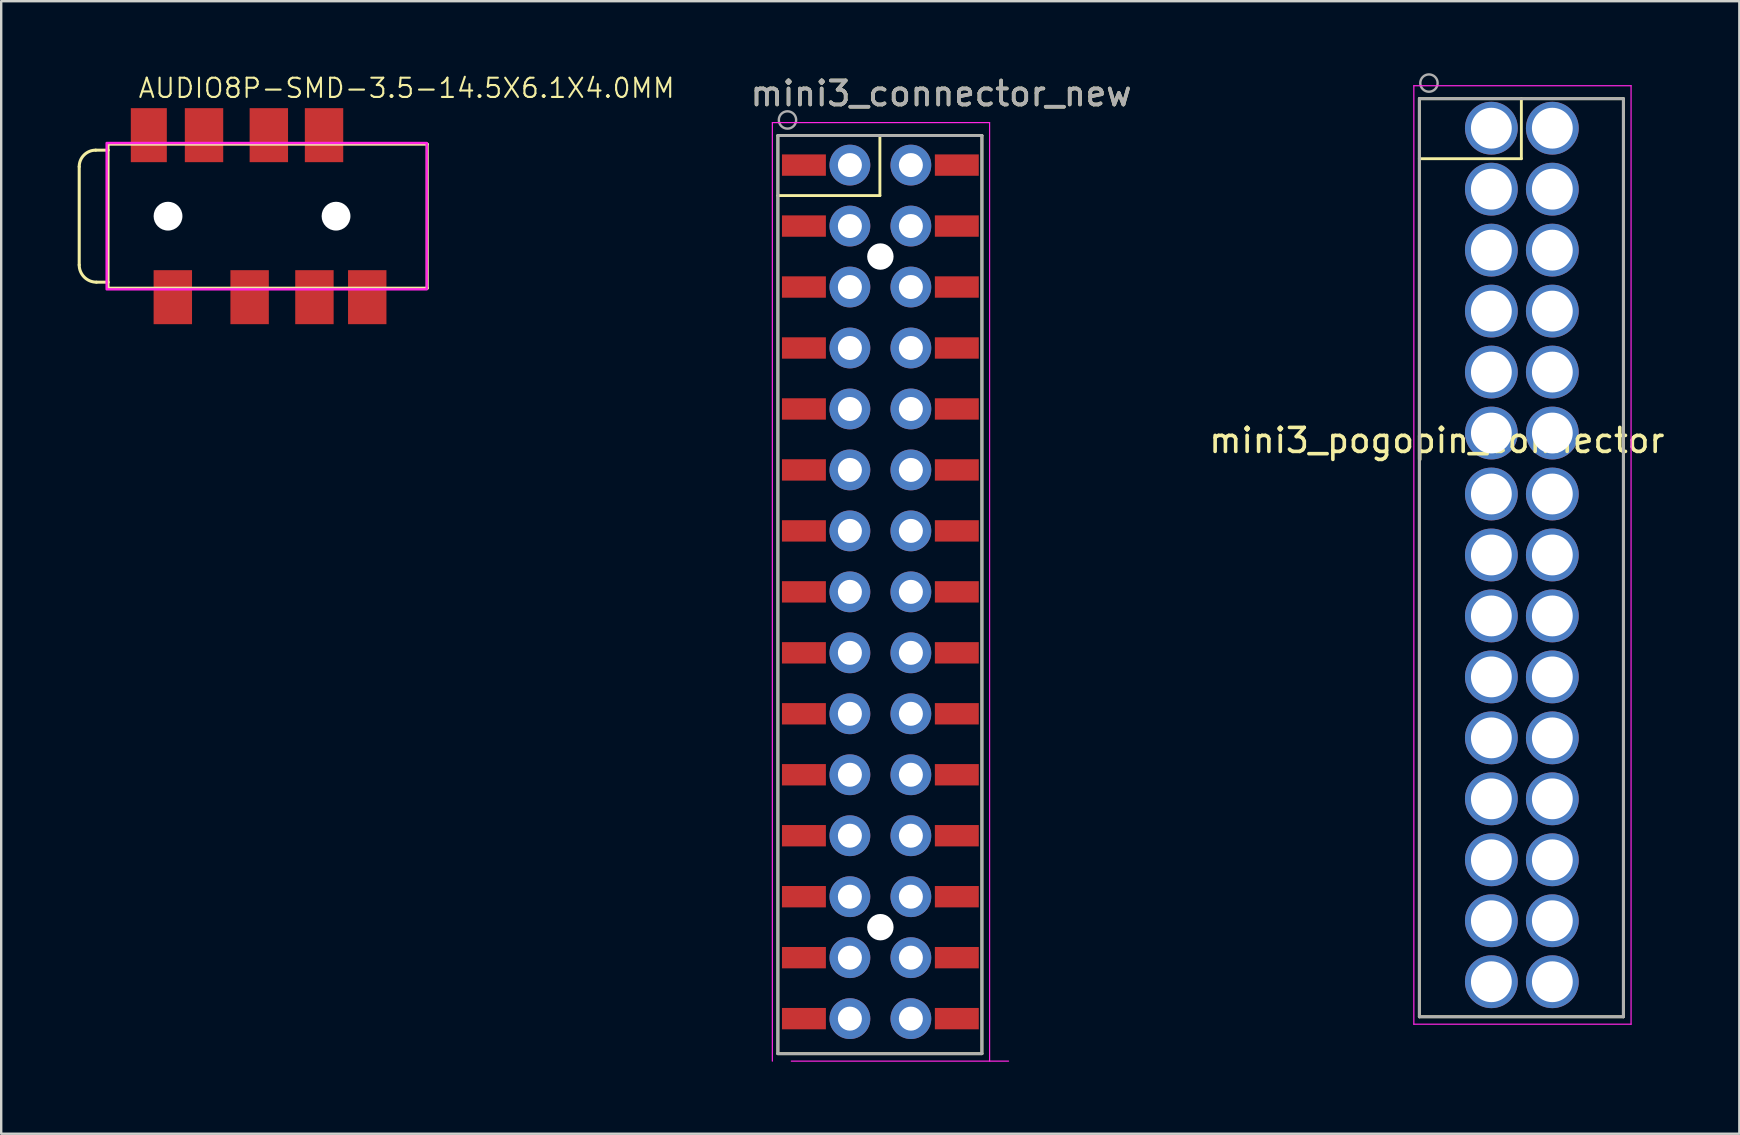
<source format=kicad_pcb>
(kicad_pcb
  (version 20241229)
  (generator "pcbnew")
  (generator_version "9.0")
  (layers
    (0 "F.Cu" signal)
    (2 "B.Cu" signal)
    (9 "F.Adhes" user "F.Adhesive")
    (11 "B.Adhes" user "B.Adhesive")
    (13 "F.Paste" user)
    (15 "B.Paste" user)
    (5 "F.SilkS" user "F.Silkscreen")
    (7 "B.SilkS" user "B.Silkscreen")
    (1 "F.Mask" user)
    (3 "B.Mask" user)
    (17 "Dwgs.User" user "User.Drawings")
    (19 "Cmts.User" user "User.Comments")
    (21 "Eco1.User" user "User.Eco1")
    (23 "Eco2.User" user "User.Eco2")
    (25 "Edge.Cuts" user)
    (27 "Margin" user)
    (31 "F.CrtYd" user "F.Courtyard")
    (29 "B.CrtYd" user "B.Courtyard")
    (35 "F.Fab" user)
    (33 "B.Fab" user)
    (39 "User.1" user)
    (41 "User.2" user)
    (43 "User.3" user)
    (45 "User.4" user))
  (footprint "mini3_connector_new"
    (layer "F.Cu")
    (at 33.888 19.838)
    (property "Reference" "mini3_connector_new" (at 2.27 -18.99 0) (unlocked yes) (layer "F.SilkS") (effects (font (size 1 1) (thickness 0.15))))
    (attr smd)
    (fp_line (start -4.53 21.01) (end -4.53 -17.24) (stroke (width 0.12) (type solid)) (layer "F.SilkS"))
    (fp_line (start -0.28 -17.24) (end -0.28 -14.74) (stroke (width 0.12) (type solid)) (layer "F.SilkS"))
    (fp_line (start -0.28 -14.74) (end -4.53 -14.74) (stroke (width 0.12) (type solid)) (layer "F.SilkS"))
    (fp_line (start 3.97 -17.24) (end -4.53 -17.24) (stroke (width 0.12) (type solid)) (layer "F.SilkS"))
    (fp_line (start 3.97 -17.24) (end 3.97 21.01) (stroke (width 0.12) (type solid)) (layer "F.SilkS"))
    (fp_line (start 3.97 21.01) (end -4.53 21.01) (stroke (width 0.12) (type solid)) (layer "F.SilkS"))
    (fp_line (start -4.76 -17.78) (end -4.76 21.32) (stroke (width 0.05) (type solid)) (layer "F.CrtYd"))
    (fp_line (start 4.29 -17.78) (end -4.76 -17.78) (stroke (width 0.05) (type solid)) (layer "F.CrtYd"))
    (fp_line (start 4.29 21.32) (end 4.29 -17.78) (stroke (width 0.05) (type solid)) (layer "F.CrtYd"))
    (fp_line (start 5.08 21.32) (end -3.97 21.32) (stroke (width 0.05) (type solid)) (layer "F.CrtYd"))
    (fp_line (start -4.53 21.01) (end -4.53 -17.24) (stroke (width 0.12) (type solid)) (layer "F.Fab"))
    (fp_line (start 3.97 -17.24) (end -4.53 -17.24) (stroke (width 0.12) (type solid)) (layer "F.Fab"))
    (fp_line (start 3.97 -17.24) (end 3.97 21.01) (stroke (width 0.12) (type solid)) (layer "F.Fab"))
    (fp_line (start 3.97 21.01) (end -4.53 21.01) (stroke (width 0.12) (type solid)) (layer "F.Fab"))
    (fp_circle (center -4.13 -17.89) (end -4.491 -17.89) (stroke (width 0.1) (type solid)) (fill no) (layer "F.Fab"))
    (fp_text user "${REFERENCE}" (at 2.27 -18.99 0) (unlocked yes) (layer "F.Fab") (effects (font (size 1 1) (thickness 0.15))))
    (pad "" np_thru_hole circle (at -0.26 -12.2) (size 1.1 1.1) (drill 1.1) (layers "*.Cu" "*.Mask"))
    (pad "" np_thru_hole circle (at -0.26 15.74) (size 1.1 1.1) (drill 1.1) (layers "*.Cu" "*.Mask"))
    (pad "1" smd rect (at -3.445 -16.01) (size 1.83 0.89) (layers "F.Cu" "F.Mask" "F.Paste"))
    (pad "1" thru_hole circle (at -1.53 -16.01) (size 1.7 1.7) (drill 1) (layers "*.Cu" "*.Mask"))
    (pad "2" thru_hole oval (at 1.01 -16.01) (size 1.7 1.7) (drill 1) (layers "*.Cu" "*.Mask"))
    (pad "2" smd rect (at 2.925 -16.01) (size 1.83 0.89) (layers "F.Cu" "F.Mask" "F.Paste"))
    (pad "3" smd rect (at -3.445 -13.47) (size 1.83 0.89) (layers "F.Cu" "F.Mask" "F.Paste"))
    (pad "3" thru_hole oval (at -1.53 -13.47) (size 1.7 1.7) (drill 1) (layers "*.Cu" "*.Mask"))
    (pad "4" thru_hole oval (at 1.01 -13.47) (size 1.7 1.7) (drill 1) (layers "*.Cu" "*.Mask"))
    (pad "4" smd rect (at 2.925 -13.47) (size 1.83 0.89) (layers "F.Cu" "F.Mask" "F.Paste"))
    (pad "5" smd rect (at -3.445 -10.93) (size 1.83 0.89) (layers "F.Cu" "F.Mask" "F.Paste"))
    (pad "5" thru_hole oval (at -1.53 -10.93) (size 1.7 1.7) (drill 1) (layers "*.Cu" "*.Mask"))
    (pad "6" thru_hole oval (at 1.01 -10.93) (size 1.7 1.7) (drill 1) (layers "*.Cu" "*.Mask"))
    (pad "6" smd rect (at 2.925 -10.93) (size 1.83 0.89) (layers "F.Cu" "F.Mask" "F.Paste"))
    (pad "7" smd rect (at -3.445 -8.39) (size 1.83 0.89) (layers "F.Cu" "F.Mask" "F.Paste"))
    (pad "7" thru_hole oval (at -1.53 -8.39) (size 1.7 1.7) (drill 1) (layers "*.Cu" "*.Mask"))
    (pad "8" thru_hole oval (at 1.01 -8.39) (size 1.7 1.7) (drill 1) (layers "*.Cu" "*.Mask"))
    (pad "8" smd rect (at 2.925 -8.39) (size 1.83 0.89) (layers "F.Cu" "F.Mask" "F.Paste"))
    (pad "9" smd rect (at -3.445 -5.85) (size 1.83 0.89) (layers "F.Cu" "F.Mask" "F.Paste"))
    (pad "9" thru_hole oval (at -1.53 -5.85) (size 1.7 1.7) (drill 1) (layers "*.Cu" "*.Mask"))
    (pad "10" thru_hole oval (at 1.01 -5.85) (size 1.7 1.7) (drill 1) (layers "*.Cu" "*.Mask"))
    (pad "10" smd rect (at 2.925 -5.85) (size 1.83 0.89) (layers "F.Cu" "F.Mask" "F.Paste"))
    (pad "11" smd rect (at -3.445 -3.31) (size 1.83 0.89) (layers "F.Cu" "F.Mask" "F.Paste"))
    (pad "11" thru_hole oval (at -1.53 -3.31) (size 1.7 1.7) (drill 1) (layers "*.Cu" "*.Mask"))
    (pad "12" thru_hole oval (at 1.01 -3.31) (size 1.7 1.7) (drill 1) (layers "*.Cu" "*.Mask"))
    (pad "12" smd rect (at 2.925 -3.31) (size 1.83 0.89) (layers "F.Cu" "F.Mask" "F.Paste"))
    (pad "13" smd rect (at -3.445 -0.77) (size 1.83 0.89) (layers "F.Cu" "F.Mask" "F.Paste"))
    (pad "13" thru_hole oval (at -1.53 -0.77) (size 1.7 1.7) (drill 1) (layers "*.Cu" "*.Mask"))
    (pad "14" thru_hole oval (at 1.01 -0.77) (size 1.7 1.7) (drill 1) (layers "*.Cu" "*.Mask"))
    (pad "14" smd rect (at 2.925 -0.77) (size 1.83 0.89) (layers "F.Cu" "F.Mask" "F.Paste"))
    (pad "15" smd rect (at -3.445 1.77) (size 1.83 0.89) (layers "F.Cu" "F.Mask" "F.Paste"))
    (pad "15" thru_hole oval (at -1.53 1.77) (size 1.7 1.7) (drill 1) (layers "*.Cu" "*.Mask"))
    (pad "16" thru_hole oval (at 1.01 1.77) (size 1.7 1.7) (drill 1) (layers "*.Cu" "*.Mask"))
    (pad "16" smd rect (at 2.925 1.77) (size 1.83 0.89) (layers "F.Cu" "F.Mask" "F.Paste"))
    (pad "17" smd rect (at -3.445 4.31) (size 1.83 0.89) (layers "F.Cu" "F.Mask" "F.Paste"))
    (pad "17" thru_hole oval (at -1.53 4.31) (size 1.7 1.7) (drill 1) (layers "*.Cu" "*.Mask"))
    (pad "18" thru_hole oval (at 1.01 4.31) (size 1.7 1.7) (drill 1) (layers "*.Cu" "*.Mask"))
    (pad "18" smd rect (at 2.925 4.31) (size 1.83 0.89) (layers "F.Cu" "F.Mask" "F.Paste"))
    (pad "19" smd rect (at -3.445 6.85) (size 1.83 0.89) (layers "F.Cu" "F.Mask" "F.Paste"))
    (pad "19" thru_hole oval (at -1.53 6.85) (size 1.7 1.7) (drill 1) (layers "*.Cu" "*.Mask"))
    (pad "20" thru_hole oval (at 1.01 6.85) (size 1.7 1.7) (drill 1) (layers "*.Cu" "*.Mask"))
    (pad "20" smd rect (at 2.925 6.85) (size 1.83 0.89) (layers "F.Cu" "F.Mask" "F.Paste"))
    (pad "21" smd rect (at -3.445 9.39) (size 1.83 0.89) (layers "F.Cu" "F.Mask" "F.Paste"))
    (pad "21" thru_hole oval (at -1.53 9.39) (size 1.7 1.7) (drill 1) (layers "*.Cu" "*.Mask"))
    (pad "22" thru_hole oval (at 1.01 9.39) (size 1.7 1.7) (drill 1) (layers "*.Cu" "*.Mask"))
    (pad "22" smd rect (at 2.925 9.39) (size 1.83 0.89) (layers "F.Cu" "F.Mask" "F.Paste"))
    (pad "23" smd rect (at -3.445 11.93) (size 1.83 0.89) (layers "F.Cu" "F.Mask" "F.Paste"))
    (pad "23" thru_hole oval (at -1.53 11.93) (size 1.7 1.7) (drill 1) (layers "*.Cu" "*.Mask"))
    (pad "24" thru_hole oval (at 1.01 11.93) (size 1.7 1.7) (drill 1) (layers "*.Cu" "*.Mask"))
    (pad "24" smd rect (at 2.925 11.93) (size 1.83 0.89) (layers "F.Cu" "F.Mask" "F.Paste"))
    (pad "25" smd rect (at -3.445 14.47) (size 1.83 0.89) (layers "F.Cu" "F.Mask" "F.Paste"))
    (pad "25" thru_hole oval (at -1.53 14.47) (size 1.7 1.7) (drill 1) (layers "*.Cu" "*.Mask"))
    (pad "26" thru_hole oval (at 1.01 14.47) (size 1.7 1.7) (drill 1) (layers "*.Cu" "*.Mask"))
    (pad "26" smd rect (at 2.925 14.47) (size 1.83 0.89) (layers "F.Cu" "F.Mask" "F.Paste"))
    (pad "27" smd rect (at -3.445 17.01) (size 1.83 0.89) (layers "F.Cu" "F.Mask" "F.Paste"))
    (pad "27" thru_hole oval (at -1.53 17.01) (size 1.7 1.7) (drill 1) (layers "*.Cu" "*.Mask"))
    (pad "28" thru_hole oval (at 1.01 17.01) (size 1.7 1.7) (drill 1) (layers "*.Cu" "*.Mask"))
    (pad "28" smd rect (at 2.925 17.01) (size 1.83 0.89) (layers "F.Cu" "F.Mask" "F.Paste"))
    (pad "29" smd rect (at -3.445 19.55) (size 1.83 0.89) (layers "F.Cu" "F.Mask" "F.Paste"))
    (pad "29" thru_hole oval (at -1.53 19.55) (size 1.7 1.7) (drill 1) (layers "*.Cu" "*.Mask"))
    (pad "30" thru_hole oval (at 1.01 19.55) (size 1.7 1.7) (drill 1) (layers "*.Cu" "*.Mask"))
    (pad "30" smd rect (at 2.925 19.55) (size 1.83 0.89) (layers "F.Cu" "F.Mask" "F.Paste")))
  (footprint "mini3_pogopin_connector"
    (layer "F.Cu")
    (at 60.613 18.301)
    (property "Reference" "mini3_pogopin_connector" (at -3.8 -3 0) (unlocked yes) (layer "F.SilkS") (effects (font (size 1 1) (thickness 0.15))))
    (attr through_hole)
    (fp_line (start -4.53 -17.24) (end -4.53 21.01) (stroke (width 0.12) (type solid)) (layer "F.SilkS"))
    (fp_line (start -4.53 -17.24) (end 3.97 -17.24) (stroke (width 0.12) (type solid)) (layer "F.SilkS"))
    (fp_line (start -4.53 -14.74) (end -0.28 -14.74) (stroke (width 0.12) (type solid)) (layer "F.SilkS"))
    (fp_line (start -4.53 21.01) (end 3.97 21.01) (stroke (width 0.12) (type solid)) (layer "F.SilkS"))
    (fp_line (start -0.28 -14.74) (end -0.28 -17.24) (stroke (width 0.12) (type solid)) (layer "F.SilkS"))
    (fp_line (start 3.97 21.01) (end 3.97 -17.24) (stroke (width 0.12) (type solid)) (layer "F.SilkS"))
    (fp_line (start -4.76 -17.78) (end 4.29 -17.78) (stroke (width 0.05) (type solid)) (layer "F.CrtYd"))
    (fp_line (start -4.76 21.32) (end -4.76 -17.78) (stroke (width 0.05) (type solid)) (layer "F.CrtYd"))
    (fp_line (start -4.76 21.32) (end 4.29 21.32) (stroke (width 0.05) (type solid)) (layer "F.CrtYd"))
    (fp_line (start 4.29 -17.78) (end 4.29 21.32) (stroke (width 0.05) (type solid)) (layer "F.CrtYd"))
    (fp_line (start -4.53 -17.24) (end -4.53 21.01) (stroke (width 0.12) (type solid)) (layer "F.Fab"))
    (fp_line (start -4.53 -17.24) (end 3.97 -17.24) (stroke (width 0.12) (type solid)) (layer "F.Fab"))
    (fp_line (start -4.53 21.01) (end 3.97 21.01) (stroke (width 0.12) (type solid)) (layer "F.Fab"))
    (fp_line (start 3.97 21.01) (end 3.97 -17.24) (stroke (width 0.12) (type solid)) (layer "F.Fab"))
    (fp_circle (center -4.13 -17.89) (end -4.491 -17.89) (stroke (width 0.1) (type solid)) (fill no) (layer "F.Fab"))
    (pad "1" thru_hole circle (at -1.53 -16.01) (size 2.2 2.2) (drill 1.7) (layers "*.Cu" "*.Mask"))
    (pad "2" thru_hole circle (at 1.01 -16.01) (size 2.2 2.2) (drill 1.7) (layers "*.Cu" "*.Mask"))
    (pad "3" thru_hole circle (at -1.53 -13.47) (size 2.2 2.2) (drill 1.7) (layers "*.Cu" "*.Mask"))
    (pad "4" thru_hole circle (at 1.01 -13.47) (size 2.2 2.2) (drill 1.7) (layers "*.Cu" "*.Mask"))
    (pad "5" thru_hole circle (at -1.53 -10.93) (size 2.2 2.2) (drill 1.7) (layers "*.Cu" "*.Mask"))
    (pad "6" thru_hole circle (at 1.01 -10.93) (size 2.2 2.2) (drill 1.7) (layers "*.Cu" "*.Mask"))
    (pad "7" thru_hole circle (at -1.53 -8.39) (size 2.2 2.2) (drill 1.7) (layers "*.Cu" "*.Mask"))
    (pad "8" thru_hole circle (at 1.01 -8.39) (size 2.2 2.2) (drill 1.7) (layers "*.Cu" "*.Mask"))
    (pad "9" thru_hole circle (at -1.53 -5.85) (size 2.2 2.2) (drill 1.7) (layers "*.Cu" "*.Mask"))
    (pad "10" thru_hole circle (at 1.01 -5.85) (size 2.2 2.2) (drill 1.7) (layers "*.Cu" "*.Mask"))
    (pad "11" thru_hole circle (at -1.53 -3.31) (size 2.2 2.2) (drill 1.7) (layers "*.Cu" "*.Mask"))
    (pad "12" thru_hole circle (at 1.01 -3.31) (size 2.2 2.2) (drill 1.7) (layers "*.Cu" "*.Mask"))
    (pad "13" thru_hole circle (at -1.53 -0.77) (size 2.2 2.2) (drill 1.7) (layers "*.Cu" "*.Mask"))
    (pad "14" thru_hole circle (at 1.01 -0.77) (size 2.2 2.2) (drill 1.7) (layers "*.Cu" "*.Mask"))
    (pad "15" thru_hole circle (at -1.53 1.77) (size 2.2 2.2) (drill 1.7) (layers "*.Cu" "*.Mask"))
    (pad "16" thru_hole circle (at 1.01 1.77) (size 2.2 2.2) (drill 1.7) (layers "*.Cu" "*.Mask"))
    (pad "17" thru_hole circle (at -1.53 4.31) (size 2.2 2.2) (drill 1.7) (layers "*.Cu" "*.Mask"))
    (pad "18" thru_hole circle (at 1.01 4.31) (size 2.2 2.2) (drill 1.7) (layers "*.Cu" "*.Mask"))
    (pad "19" thru_hole circle (at -1.53 6.85) (size 2.2 2.2) (drill 1.7) (layers "*.Cu" "*.Mask"))
    (pad "20" thru_hole circle (at 1.01 6.85) (size 2.2 2.2) (drill 1.7) (layers "*.Cu" "*.Mask"))
    (pad "21" thru_hole circle (at -1.53 9.39) (size 2.2 2.2) (drill 1.7) (layers "*.Cu" "*.Mask"))
    (pad "22" thru_hole circle (at 1.01 9.39) (size 2.2 2.2) (drill 1.7) (layers "*.Cu" "*.Mask"))
    (pad "23" thru_hole circle (at -1.53 11.93) (size 2.2 2.2) (drill 1.7) (layers "*.Cu" "*.Mask"))
    (pad "24" thru_hole circle (at 1.01 11.93) (size 2.2 2.2) (drill 1.7) (layers "*.Cu" "*.Mask"))
    (pad "25" thru_hole circle (at -1.53 14.47) (size 2.2 2.2) (drill 1.7) (layers "*.Cu" "*.Mask"))
    (pad "26" thru_hole circle (at 1.01 14.47) (size 2.2 2.2) (drill 1.7) (layers "*.Cu" "*.Mask"))
    (pad "27" thru_hole circle (at -1.53 17.01) (size 2.2 2.2) (drill 1.7) (layers "*.Cu" "*.Mask"))
    (pad "28" thru_hole circle (at 1.01 17.01) (size 2.2 2.2) (drill 1.7) (layers "*.Cu" "*.Mask"))
    (pad "29" thru_hole circle (at -1.53 19.55) (size 2.2 2.2) (drill 1.7) (layers "*.Cu" "*.Mask"))
    (pad "30" thru_hole circle (at 1.01 19.55) (size 2.2 2.2) (drill 1.7) (layers "*.Cu" "*.Mask")))
  (footprint "AUDIO8P-SMD-3.5-14.5X6.1X4.0MM"
    (layer "F.Cu")
    (at 0.25 5.956)
    (property "Reference" "AUDIO8P-SMD-3.5-14.5X6.1X4.0MM" (at 2.413 -5.334 0) (layer "F.SilkS") (effects (font (size 0.802 0.802) (thickness 0.087)) (justify left)))
    (fp_line (start 0 -2.062) (end 0 2.031) (stroke (width 0.127) (type solid)) (layer "F.SilkS"))
    (fp_line (start 0.688 -2.75) (end 1.2 -2.75) (stroke (width 0.127) (type solid)) (layer "F.SilkS"))
    (fp_line (start 0.719 2.75) (end 1.2 2.75) (stroke (width 0.127) (type solid)) (layer "F.SilkS"))
    (fp_line (start 1.2 -3) (end 14.5 -3) (stroke (width 0.127) (type solid)) (layer "F.SilkS"))
    (fp_line (start 1.2 -2.75) (end 1.2 -3) (stroke (width 0.127) (type solid)) (layer "F.SilkS"))
    (fp_line (start 1.2 -2.75) (end 1.2 2.75) (stroke (width 0.127) (type solid)) (layer "F.SilkS"))
    (fp_line (start 1.2 2.75) (end 1.2 3) (stroke (width 0.127) (type solid)) (layer "F.SilkS"))
    (fp_line (start 1.2 3) (end 14.5 3) (stroke (width 0.127) (type solid)) (layer "F.SilkS"))
    (fp_line (start 14.5 -3) (end 14.5 3) (stroke (width 0.127) (type solid)) (layer "F.SilkS"))
    (fp_arc (start 0 -2.06199) (mid 0.201513 -2.548486) (end 0.688009 -2.749999) (stroke (width 0.127) (type solid)) (layer "F.SilkS"))
    (fp_arc (start 0.718881 2.749999) (mid 0.210555 2.539444) (end 0 2.031118) (stroke (width 0.127) (type solid)) (layer "F.SilkS"))
    (fp_poly (pts (xy 1.143 3.048) (xy 14.478 3.048) (xy 14.478 -3.048) (xy 1.143 -3.048)) (stroke (width 0.1) (type solid)) (fill no) (layer "F.CrtYd"))
    (pad "" np_thru_hole circle (at 3.7 0) (size 1.2 1.2) (drill 1.2) (layers "*.Cu" "*.Mask"))
    (pad "" np_thru_hole circle (at 10.7 0) (size 1.2 1.2) (drill 1.2) (layers "*.Cu" "*.Mask"))
    (pad "1" smd rect (at 3.9 3.375 90) (size 2.25 1.6) (layers "F.Cu" "F.Mask" "F.Paste"))
    (pad "2" smd rect (at 7.1 3.375 90) (size 2.25 1.6) (layers "F.Cu" "F.Mask" "F.Paste"))
    (pad "3" smd rect (at 9.8 3.375 90) (size 2.25 1.6) (layers "F.Cu" "F.Mask" "F.Paste"))
    (pad "4" smd rect (at 10.2 -3.375 90) (size 2.25 1.6) (layers "F.Cu" "F.Mask" "F.Paste"))
    (pad "5" smd rect (at 2.9 -3.375 90) (size 2.25 1.5) (layers "F.Cu" "F.Mask" "F.Paste"))
    (pad "6" smd rect (at 5.2 -3.375 90) (size 2.25 1.6) (layers "F.Cu" "F.Mask" "F.Paste"))
    (pad "7" smd rect (at 7.9 -3.375 90) (size 2.25 1.6) (layers "F.Cu" "F.Mask" "F.Paste"))
    (pad "8" smd rect (at 12 3.375 90) (size 2.25 1.6) (layers "F.Cu" "F.Mask" "F.Paste")))
  (gr_rect
    (start -3 -3)
    (end 69.414 44.183)
    (stroke (width 0.1) (type default))
    (fill no)
    (layer "Edge.Cuts")))
</source>
